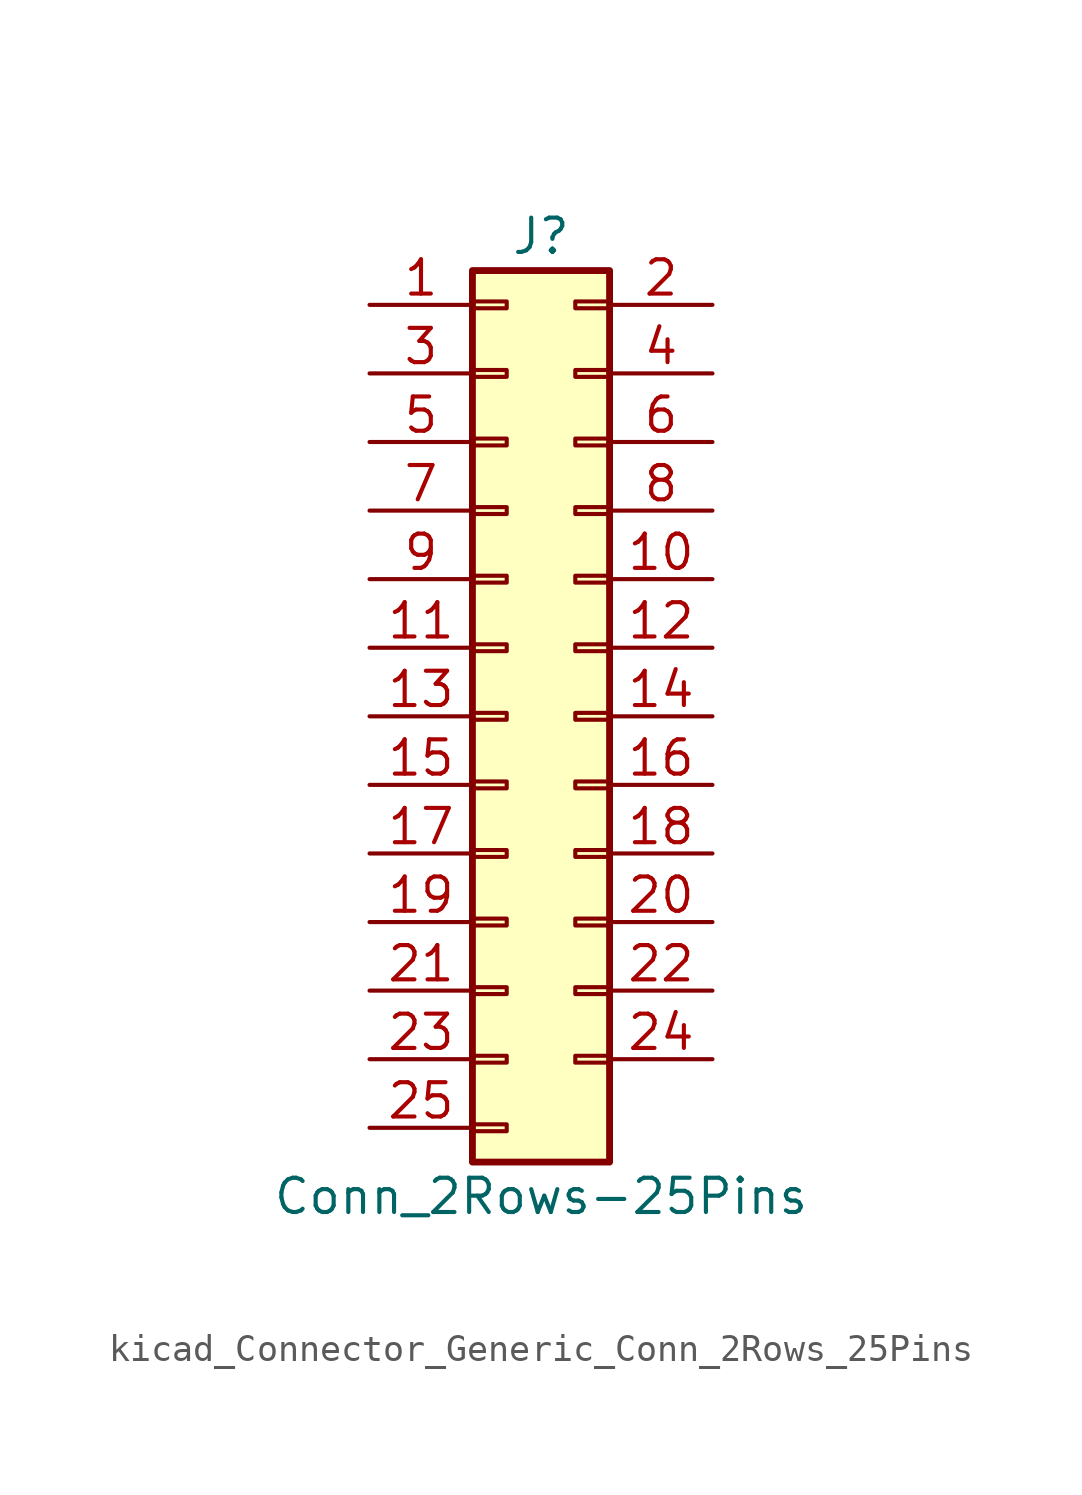
<source format=kicad_sym>
(kicad_symbol_lib
  (version 20220914)
  (generator kicad_symbol_editor)
  (symbol "kicad_Connector_Generic_Conn_2Rows_25Pins"
    (pin_names
      (offset 1.016) hide)
    (property "Reference" "J"
      (at 1.27 17.78 0)
      (effects (font (size 1.27 1.27))))
    (property "Value" "Conn_2Rows-25Pins"
      (at 1.27 -17.78 0)
      (effects (font (size 1.27 1.27))))
    (symbol "kicad_Connector_Generic_Conn_2Rows_25Pins_1_1"
      (rectangle (start -1.27 -15.113) (end 0 -15.367) (stroke (width 0.152) (type default)) (fill (type none)))
      (rectangle (start -1.27 -12.573) (end 0 -12.827) (stroke (width 0.152) (type default)) (fill (type none)))
      (rectangle (start -1.27 -10.033) (end 0 -10.287) (stroke (width 0.152) (type default)) (fill (type none)))
      (rectangle (start -1.27 -7.493) (end 0 -7.747) (stroke (width 0.152) (type default)) (fill (type none)))
      (rectangle (start -1.27 -4.953) (end 0 -5.207) (stroke (width 0.152) (type default)) (fill (type none)))
      (rectangle (start -1.27 -2.413) (end 0 -2.667) (stroke (width 0.152) (type default)) (fill (type none)))
      (rectangle (start -1.27 0.127) (end 0 -0.127) (stroke (width 0.152) (type default)) (fill (type none)))
      (rectangle (start -1.27 2.667) (end 0 2.413) (stroke (width 0.152) (type default)) (fill (type none)))
      (rectangle (start -1.27 5.207) (end 0 4.953) (stroke (width 0.152) (type default)) (fill (type none)))
      (rectangle (start -1.27 7.747) (end 0 7.493) (stroke (width 0.152) (type default)) (fill (type none)))
      (rectangle (start -1.27 10.287) (end 0 10.033) (stroke (width 0.152) (type default)) (fill (type none)))
      (rectangle (start -1.27 12.827) (end 0 12.573) (stroke (width 0.152) (type default)) (fill (type none)))
      (rectangle (start -1.27 15.367) (end 0 15.113) (stroke (width 0.152) (type default)) (fill (type none)))
      (rectangle (start -1.27 16.51) (end 3.81 -16.51) (stroke (width 0.254) (type default)) (fill (type background)))
      (rectangle (start 3.81 -12.573) (end 2.54 -12.827) (stroke (width 0.152) (type default)) (fill (type none)))
      (rectangle (start 3.81 -10.033) (end 2.54 -10.287) (stroke (width 0.152) (type default)) (fill (type none)))
      (rectangle (start 3.81 -7.493) (end 2.54 -7.747) (stroke (width 0.152) (type default)) (fill (type none)))
      (rectangle (start 3.81 -4.953) (end 2.54 -5.207) (stroke (width 0.152) (type default)) (fill (type none)))
      (rectangle (start 3.81 -2.413) (end 2.54 -2.667) (stroke (width 0.152) (type default)) (fill (type none)))
      (rectangle (start 3.81 0.127) (end 2.54 -0.127) (stroke (width 0.152) (type default)) (fill (type none)))
      (rectangle (start 3.81 2.667) (end 2.54 2.413) (stroke (width 0.152) (type default)) (fill (type none)))
      (rectangle (start 3.81 5.207) (end 2.54 4.953) (stroke (width 0.152) (type default)) (fill (type none)))
      (rectangle (start 3.81 7.747) (end 2.54 7.493) (stroke (width 0.152) (type default)) (fill (type none)))
      (rectangle (start 3.81 10.287) (end 2.54 10.033) (stroke (width 0.152) (type default)) (fill (type none)))
      (rectangle (start 3.81 12.827) (end 2.54 12.573) (stroke (width 0.152) (type default)) (fill (type none)))
      (rectangle (start 3.81 15.367) (end 2.54 15.113) (stroke (width 0.152) (type default)) (fill (type none)))
      (pin passive line (at -5.08 15.24 0) (length 3.81) (name "Pin_1" (effects (font (size 1.27 1.27)))) (number "1" (effects (font (size 1.27 1.27)))))
      (pin passive line (at 7.62 5.08 180) (length 3.81) (name "Pin_10" (effects (font (size 1.27 1.27)))) (number "10" (effects (font (size 1.27 1.27)))))
      (pin passive line (at -5.08 2.54 0) (length 3.81) (name "Pin_11" (effects (font (size 1.27 1.27)))) (number "11" (effects (font (size 1.27 1.27)))))
      (pin passive line (at 7.62 2.54 180) (length 3.81) (name "Pin_12" (effects (font (size 1.27 1.27)))) (number "12" (effects (font (size 1.27 1.27)))))
      (pin passive line (at -5.08 0 0) (length 3.81) (name "Pin_13" (effects (font (size 1.27 1.27)))) (number "13" (effects (font (size 1.27 1.27)))))
      (pin passive line (at 7.62 0 180) (length 3.81) (name "Pin_14" (effects (font (size 1.27 1.27)))) (number "14" (effects (font (size 1.27 1.27)))))
      (pin passive line (at -5.08 -2.54 0) (length 3.81) (name "Pin_15" (effects (font (size 1.27 1.27)))) (number "15" (effects (font (size 1.27 1.27)))))
      (pin passive line (at 7.62 -2.54 180) (length 3.81) (name "Pin_16" (effects (font (size 1.27 1.27)))) (number "16" (effects (font (size 1.27 1.27)))))
      (pin passive line (at -5.08 -5.08 0) (length 3.81) (name "Pin_17" (effects (font (size 1.27 1.27)))) (number "17" (effects (font (size 1.27 1.27)))))
      (pin passive line (at 7.62 -5.08 180) (length 3.81) (name "Pin_18" (effects (font (size 1.27 1.27)))) (number "18" (effects (font (size 1.27 1.27)))))
      (pin passive line (at -5.08 -7.62 0) (length 3.81) (name "Pin_19" (effects (font (size 1.27 1.27)))) (number "19" (effects (font (size 1.27 1.27)))))
      (pin passive line (at 7.62 15.24 180) (length 3.81) (name "Pin_2" (effects (font (size 1.27 1.27)))) (number "2" (effects (font (size 1.27 1.27)))))
      (pin passive line (at 7.62 -7.62 180) (length 3.81) (name "Pin_20" (effects (font (size 1.27 1.27)))) (number "20" (effects (font (size 1.27 1.27)))))
      (pin passive line (at -5.08 -10.16 0) (length 3.81) (name "Pin_21" (effects (font (size 1.27 1.27)))) (number "21" (effects (font (size 1.27 1.27)))))
      (pin passive line (at 7.62 -10.16 180) (length 3.81) (name "Pin_22" (effects (font (size 1.27 1.27)))) (number "22" (effects (font (size 1.27 1.27)))))
      (pin passive line (at -5.08 -12.7 0) (length 3.81) (name "Pin_23" (effects (font (size 1.27 1.27)))) (number "23" (effects (font (size 1.27 1.27)))))
      (pin passive line (at 7.62 -12.7 180) (length 3.81) (name "Pin_24" (effects (font (size 1.27 1.27)))) (number "24" (effects (font (size 1.27 1.27)))))
      (pin passive line (at -5.08 -15.24 0) (length 3.81) (name "Pin_25" (effects (font (size 1.27 1.27)))) (number "25" (effects (font (size 1.27 1.27)))))
      (pin passive line (at -5.08 12.7 0) (length 3.81) (name "Pin_3" (effects (font (size 1.27 1.27)))) (number "3" (effects (font (size 1.27 1.27)))))
      (pin passive line (at 7.62 12.7 180) (length 3.81) (name "Pin_4" (effects (font (size 1.27 1.27)))) (number "4" (effects (font (size 1.27 1.27)))))
      (pin passive line (at -5.08 10.16 0) (length 3.81) (name "Pin_5" (effects (font (size 1.27 1.27)))) (number "5" (effects (font (size 1.27 1.27)))))
      (pin passive line (at 7.62 10.16 180) (length 3.81) (name "Pin_6" (effects (font (size 1.27 1.27)))) (number "6" (effects (font (size 1.27 1.27)))))
      (pin passive line (at -5.08 7.62 0) (length 3.81) (name "Pin_7" (effects (font (size 1.27 1.27)))) (number "7" (effects (font (size 1.27 1.27)))))
      (pin passive line (at 7.62 7.62 180) (length 3.81) (name "Pin_8" (effects (font (size 1.27 1.27)))) (number "8" (effects (font (size 1.27 1.27)))))
      (pin passive line (at -5.08 5.08 0) (length 3.81) (name "Pin_9" (effects (font (size 1.27 1.27)))) (number "9" (effects (font (size 1.27 1.27))))))))
</source>
